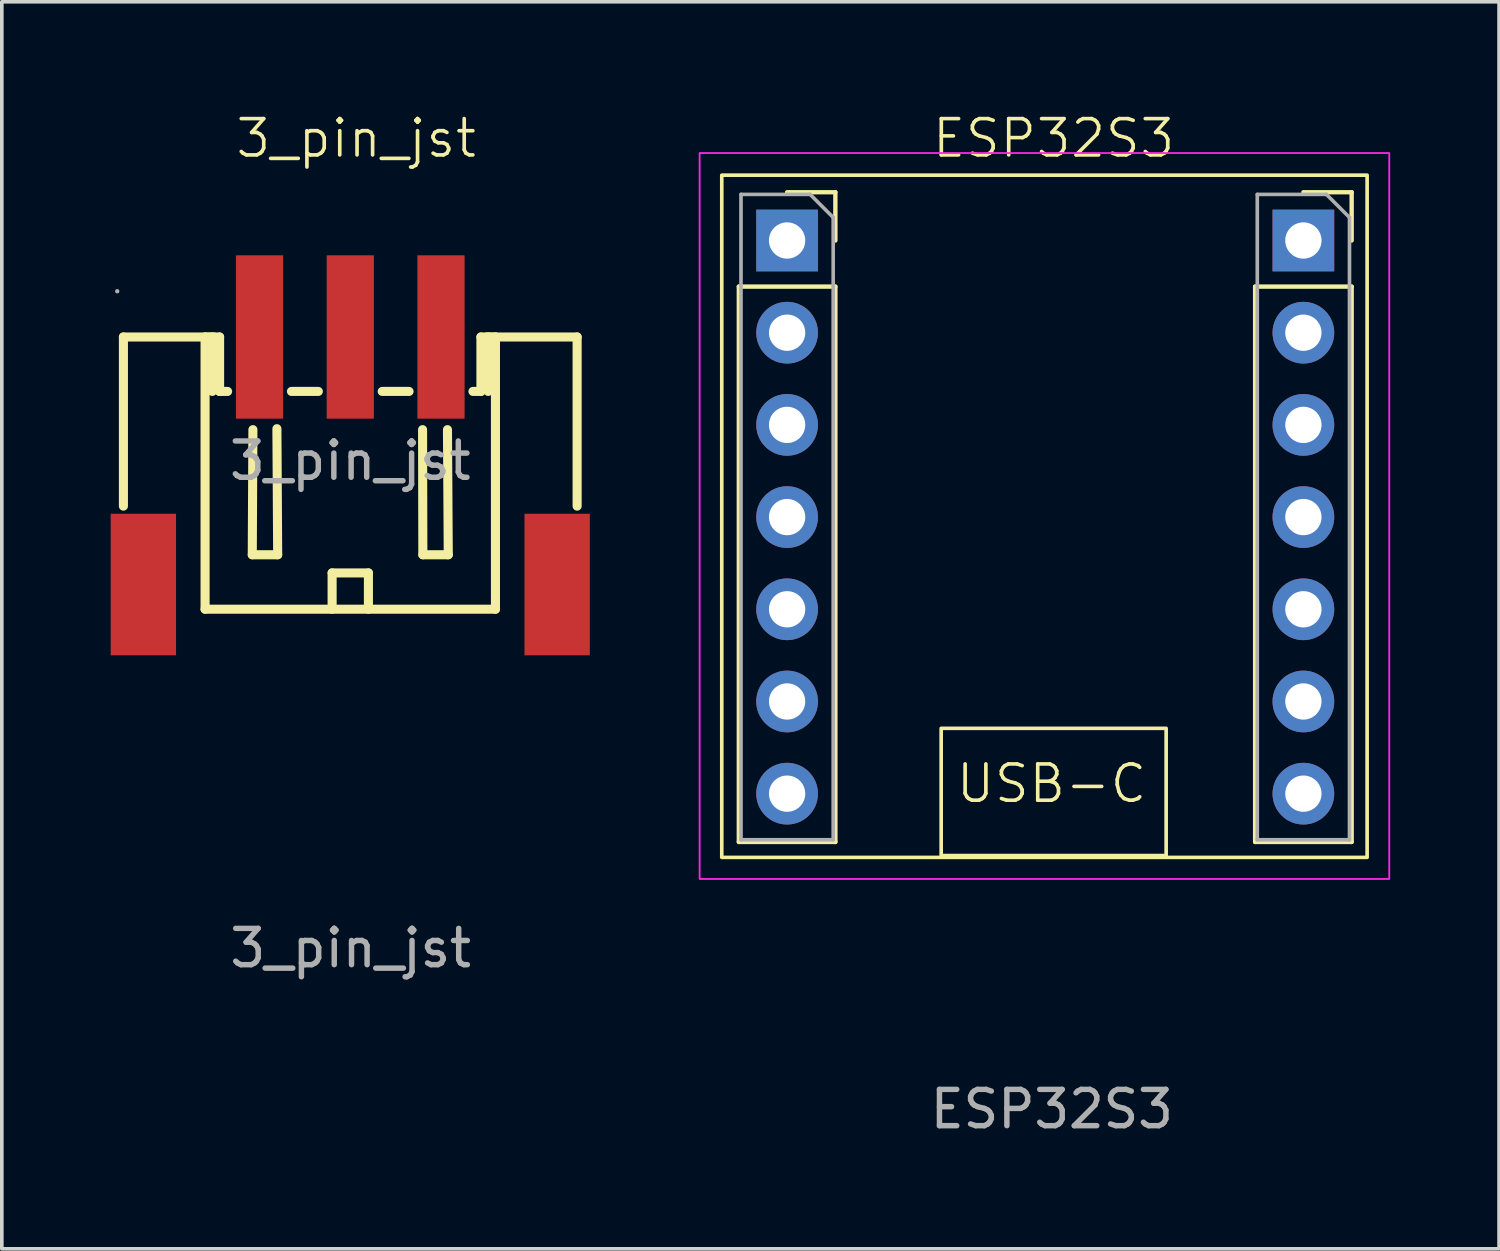
<source format=kicad_pcb>
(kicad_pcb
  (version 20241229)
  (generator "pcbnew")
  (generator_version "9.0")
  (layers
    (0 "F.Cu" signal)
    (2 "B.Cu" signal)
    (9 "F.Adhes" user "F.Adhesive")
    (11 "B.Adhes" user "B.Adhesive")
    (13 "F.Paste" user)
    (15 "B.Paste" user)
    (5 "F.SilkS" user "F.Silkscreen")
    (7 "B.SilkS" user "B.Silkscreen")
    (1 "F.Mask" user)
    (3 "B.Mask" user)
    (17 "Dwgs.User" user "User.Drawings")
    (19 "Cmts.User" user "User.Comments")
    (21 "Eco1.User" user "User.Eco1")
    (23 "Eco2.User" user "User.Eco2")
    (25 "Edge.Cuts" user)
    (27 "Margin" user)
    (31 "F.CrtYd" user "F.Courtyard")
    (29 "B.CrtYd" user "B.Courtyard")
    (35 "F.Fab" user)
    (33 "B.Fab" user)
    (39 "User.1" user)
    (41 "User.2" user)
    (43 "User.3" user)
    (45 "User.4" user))
  (footprint "ESP32S3"
    (layer "F.Cu")
    (at 25.979 7.872)
    (property "Reference" "ESP32S3" (at 0 -7.112 0) (unlocked yes) (layer "F.SilkS") (effects (font (size 1 1) (thickness 0.1))))
    (attr smd)
    (fp_line (start -8.674 -3.026) (end -8.674 12.274) (stroke (width 0.12) (type solid)) (layer "F.SilkS"))
    (fp_line (start -8.674 -3.026) (end -6.014 -3.026) (stroke (width 0.12) (type solid)) (layer "F.SilkS"))
    (fp_line (start -8.674 12.274) (end -6.014 12.274) (stroke (width 0.12) (type solid)) (layer "F.SilkS"))
    (fp_line (start -7.344 -5.626) (end -6.014 -5.626) (stroke (width 0.12) (type solid)) (layer "F.SilkS"))
    (fp_line (start -6.014 -5.626) (end -6.014 -4.296) (stroke (width 0.12) (type solid)) (layer "F.SilkS"))
    (fp_line (start -6.014 -3.026) (end -6.014 12.274) (stroke (width 0.12) (type solid)) (layer "F.SilkS"))
    (fp_line (start 5.55 -3.026) (end 5.55 12.274) (stroke (width 0.12) (type solid)) (layer "F.SilkS"))
    (fp_line (start 5.55 -3.026) (end 8.21 -3.026) (stroke (width 0.12) (type solid)) (layer "F.SilkS"))
    (fp_line (start 5.55 12.274) (end 8.21 12.274) (stroke (width 0.12) (type solid)) (layer "F.SilkS"))
    (fp_line (start 6.88 -5.626) (end 8.21 -5.626) (stroke (width 0.12) (type solid)) (layer "F.SilkS"))
    (fp_line (start 8.21 -5.626) (end 8.21 -4.296) (stroke (width 0.12) (type solid)) (layer "F.SilkS"))
    (fp_line (start 8.21 -3.026) (end 8.21 12.274) (stroke (width 0.12) (type solid)) (layer "F.SilkS"))
    (fp_rect (start -9.144 -6.096) (end 8.636 12.7) (stroke (width 0.1) (type default)) (fill no) (layer "F.SilkS"))
    (fp_rect (start -3.099 9.144) (end 3.099 12.649) (stroke (width 0.1) (type default)) (fill no) (layer "F.SilkS"))
    (fp_rect (start -9.754 -6.706) (end 9.246 13.294) (stroke (width 0.05) (type default)) (fill no) (layer "F.CrtYd"))
    (fp_line (start -8.614 -5.566) (end -6.709 -5.566) (stroke (width 0.1) (type solid)) (layer "F.Fab"))
    (fp_line (start -8.614 12.214) (end -8.614 -5.566) (stroke (width 0.1) (type solid)) (layer "F.Fab"))
    (fp_line (start -6.709 -5.566) (end -6.074 -4.931) (stroke (width 0.1) (type solid)) (layer "F.Fab"))
    (fp_line (start -6.074 -4.931) (end -6.074 12.214) (stroke (width 0.1) (type solid)) (layer "F.Fab"))
    (fp_line (start -6.074 12.214) (end -8.614 12.214) (stroke (width 0.1) (type solid)) (layer "F.Fab"))
    (fp_line (start 5.61 -5.566) (end 7.515 -5.566) (stroke (width 0.1) (type solid)) (layer "F.Fab"))
    (fp_line (start 5.61 12.214) (end 5.61 -5.566) (stroke (width 0.1) (type solid)) (layer "F.Fab"))
    (fp_line (start 7.515 -5.566) (end 8.15 -4.931) (stroke (width 0.1) (type solid)) (layer "F.Fab"))
    (fp_line (start 8.15 -4.931) (end 8.15 12.214) (stroke (width 0.1) (type solid)) (layer "F.Fab"))
    (fp_line (start 8.15 12.214) (end 5.61 12.214) (stroke (width 0.1) (type solid)) (layer "F.Fab"))
    (fp_text user "USB-C" (at -2.743 11.252 0) (unlocked yes) (layer "F.SilkS") (effects (font (size 1 1) (thickness 0.1)) (justify left bottom)))
    (fp_text user "${REFERENCE}" (at -0.051 19.636 0) (unlocked yes) (layer "F.Fab") (effects (font (size 1 1) (thickness 0.15))))
    (pad "1" thru_hole oval (at 6.88 10.944) (size 1.7 1.7) (drill 1) (layers "*.Cu" "*.Mask"))
    (pad "2" thru_hole oval (at 6.88 8.404) (size 1.7 1.7) (drill 1) (layers "*.Cu" "*.Mask"))
    (pad "3" thru_hole oval (at 6.88 5.864) (size 1.7 1.7) (drill 1) (layers "*.Cu" "*.Mask"))
    (pad "4" thru_hole oval (at 6.88 3.324) (size 1.7 1.7) (drill 1) (layers "*.Cu" "*.Mask"))
    (pad "5" thru_hole oval (at 6.88 0.784) (size 1.7 1.7) (drill 1) (layers "*.Cu" "*.Mask"))
    (pad "6" thru_hole oval (at 6.88 -1.756) (size 1.7 1.7) (drill 1) (layers "*.Cu" "*.Mask"))
    (pad "7" thru_hole rect (at 6.88 -4.296) (size 1.7 1.7) (drill 1) (layers "*.Cu" "*.Mask"))
    (pad "8" thru_hole rect (at -7.344 -4.296) (size 1.7 1.7) (drill 1) (layers "*.Cu" "*.Mask"))
    (pad "9" thru_hole oval (at -7.344 -1.756) (size 1.7 1.7) (drill 1) (layers "*.Cu" "*.Mask"))
    (pad "10" thru_hole oval (at -7.344 0.784) (size 1.7 1.7) (drill 1) (layers "*.Cu" "*.Mask"))
    (pad "11" thru_hole oval (at -7.344 3.324) (size 1.7 1.7) (drill 1) (layers "*.Cu" "*.Mask"))
    (pad "12" thru_hole oval (at -7.344 5.864) (size 1.7 1.7) (drill 1) (layers "*.Cu" "*.Mask"))
    (pad "13" thru_hole oval (at -7.344 8.404) (size 1.7 1.7) (drill 1) (layers "*.Cu" "*.Mask"))
    (pad "14" thru_hole oval (at -7.344 10.944) (size 1.7 1.7) (drill 1) (layers "*.Cu" "*.Mask")))
  (footprint "3_pin_jst"
    (layer "F.Cu")
    (at 6.687 6.78)
    (property "Reference" "3_pin_jst" (at 0.076 -6.02 0) (unlocked yes) (layer "F.SilkS") (effects (font (size 1 1) (thickness 0.1))))
    (attr smd)
    (fp_line (start -6.337 -0.546) (end -3.837 -0.546) (stroke (width 0.25) (type solid)) (layer "F.SilkS"))
    (fp_line (start -6.337 4.114) (end -6.337 -0.546) (stroke (width 0.25) (type solid)) (layer "F.SilkS"))
    (fp_line (start -4.087 -0.546) (end -3.687 -0.546) (stroke (width 0.25) (type solid)) (layer "F.SilkS"))
    (fp_line (start -4.087 6.954) (end -4.087 -0.546) (stroke (width 0.25) (type solid)) (layer "F.SilkS"))
    (fp_line (start -3.887 -0.546) (end -3.887 0.954) (stroke (width 0.25) (type solid)) (layer "F.SilkS"))
    (fp_line (start -3.687 -0.546) (end -3.687 0.954) (stroke (width 0.25) (type solid)) (layer "F.SilkS"))
    (fp_line (start -3.687 0.954) (end -3.467 0.954) (stroke (width 0.25) (type solid)) (layer "F.SilkS"))
    (fp_line (start -2.787 5.454) (end -2.769 2.007) (stroke (width 0.25) (type solid)) (layer "F.SilkS"))
    (fp_line (start -2.108 1.981) (end -2.087 5.454) (stroke (width 0.25) (type solid)) (layer "F.SilkS"))
    (fp_line (start -2.087 5.454) (end -2.787 5.454) (stroke (width 0.25) (type solid)) (layer "F.SilkS"))
    (fp_line (start -1.707 0.954) (end -0.967 0.954) (stroke (width 0.25) (type solid)) (layer "F.SilkS"))
    (fp_line (start -0.587 5.954) (end 0.413 5.954) (stroke (width 0.25) (type solid)) (layer "F.SilkS"))
    (fp_line (start -0.587 6.954) (end -0.587 5.954) (stroke (width 0.25) (type solid)) (layer "F.SilkS"))
    (fp_line (start 0.413 5.954) (end 0.413 6.954) (stroke (width 0.25) (type solid)) (layer "F.SilkS"))
    (fp_line (start 0.793 0.954) (end 1.533 0.954) (stroke (width 0.25) (type solid)) (layer "F.SilkS"))
    (fp_line (start 1.905 2.007) (end 1.913 5.454) (stroke (width 0.25) (type solid)) (layer "F.SilkS"))
    (fp_line (start 1.913 5.454) (end 2.613 5.454) (stroke (width 0.25) (type solid)) (layer "F.SilkS"))
    (fp_line (start 2.613 5.454) (end 2.591 2.007) (stroke (width 0.25) (type solid)) (layer "F.SilkS"))
    (fp_line (start 3.293 0.954) (end 3.513 0.954) (stroke (width 0.25) (type solid)) (layer "F.SilkS"))
    (fp_line (start 3.513 -0.546) (end 3.913 -0.546) (stroke (width 0.25) (type solid)) (layer "F.SilkS"))
    (fp_line (start 3.513 0.954) (end 3.513 -0.546) (stroke (width 0.25) (type solid)) (layer "F.SilkS"))
    (fp_line (start 3.713 0.954) (end 3.713 -0.546) (stroke (width 0.25) (type solid)) (layer "F.SilkS"))
    (fp_line (start 3.913 -0.546) (end 3.913 6.954) (stroke (width 0.25) (type solid)) (layer "F.SilkS"))
    (fp_line (start 3.913 6.954) (end -4.087 6.954) (stroke (width 0.25) (type solid)) (layer "F.SilkS"))
    (fp_line (start 6.163 -0.546) (end 3.663 -0.546) (stroke (width 0.25) (type solid)) (layer "F.SilkS"))
    (fp_line (start 6.163 4.114) (end 6.163 -0.546) (stroke (width 0.25) (type solid)) (layer "F.SilkS"))
    (fp_circle (center -6.507 -1.806) (end -6.477 -1.806) (stroke (width 0.06) (type solid)) (fill no) (layer "F.Fab"))
    (fp_text user "${REFERENCE}" (at -0.087 2.864 0) (layer "F.Fab") (effects (font (size 1 1) (thickness 0.15))))
    (fp_text user "${REFERENCE}" (at -0.076 16.292 0) (unlocked yes) (layer "F.Fab") (effects (font (size 1 1) (thickness 0.15))))
    (pad "1" smd rect (at -2.587 -0.546) (size 1.3 4.5) (layers "F.Cu" "F.Mask" "F.Paste"))
    (pad "2" smd rect (at -0.087 -0.546) (size 1.3 4.5) (layers "F.Cu" "F.Mask" "F.Paste"))
    (pad "3" smd rect (at 2.413 -0.546) (size 1.3 4.5) (layers "F.Cu" "F.Mask" "F.Paste"))
    (pad "4" smd rect (at -5.787 6.274) (size 1.8 3.9) (layers "F.Cu" "F.Mask" "F.Paste"))
    (pad "5" smd rect (at 5.613 6.274) (size 1.8 3.9) (layers "F.Cu" "F.Mask" "F.Paste")))
  (gr_rect
    (start -3 -3)
    (end 38.25 31.356)
    (stroke (width 0.1) (type default))
    (fill no)
    (layer "Edge.Cuts")))
</source>
